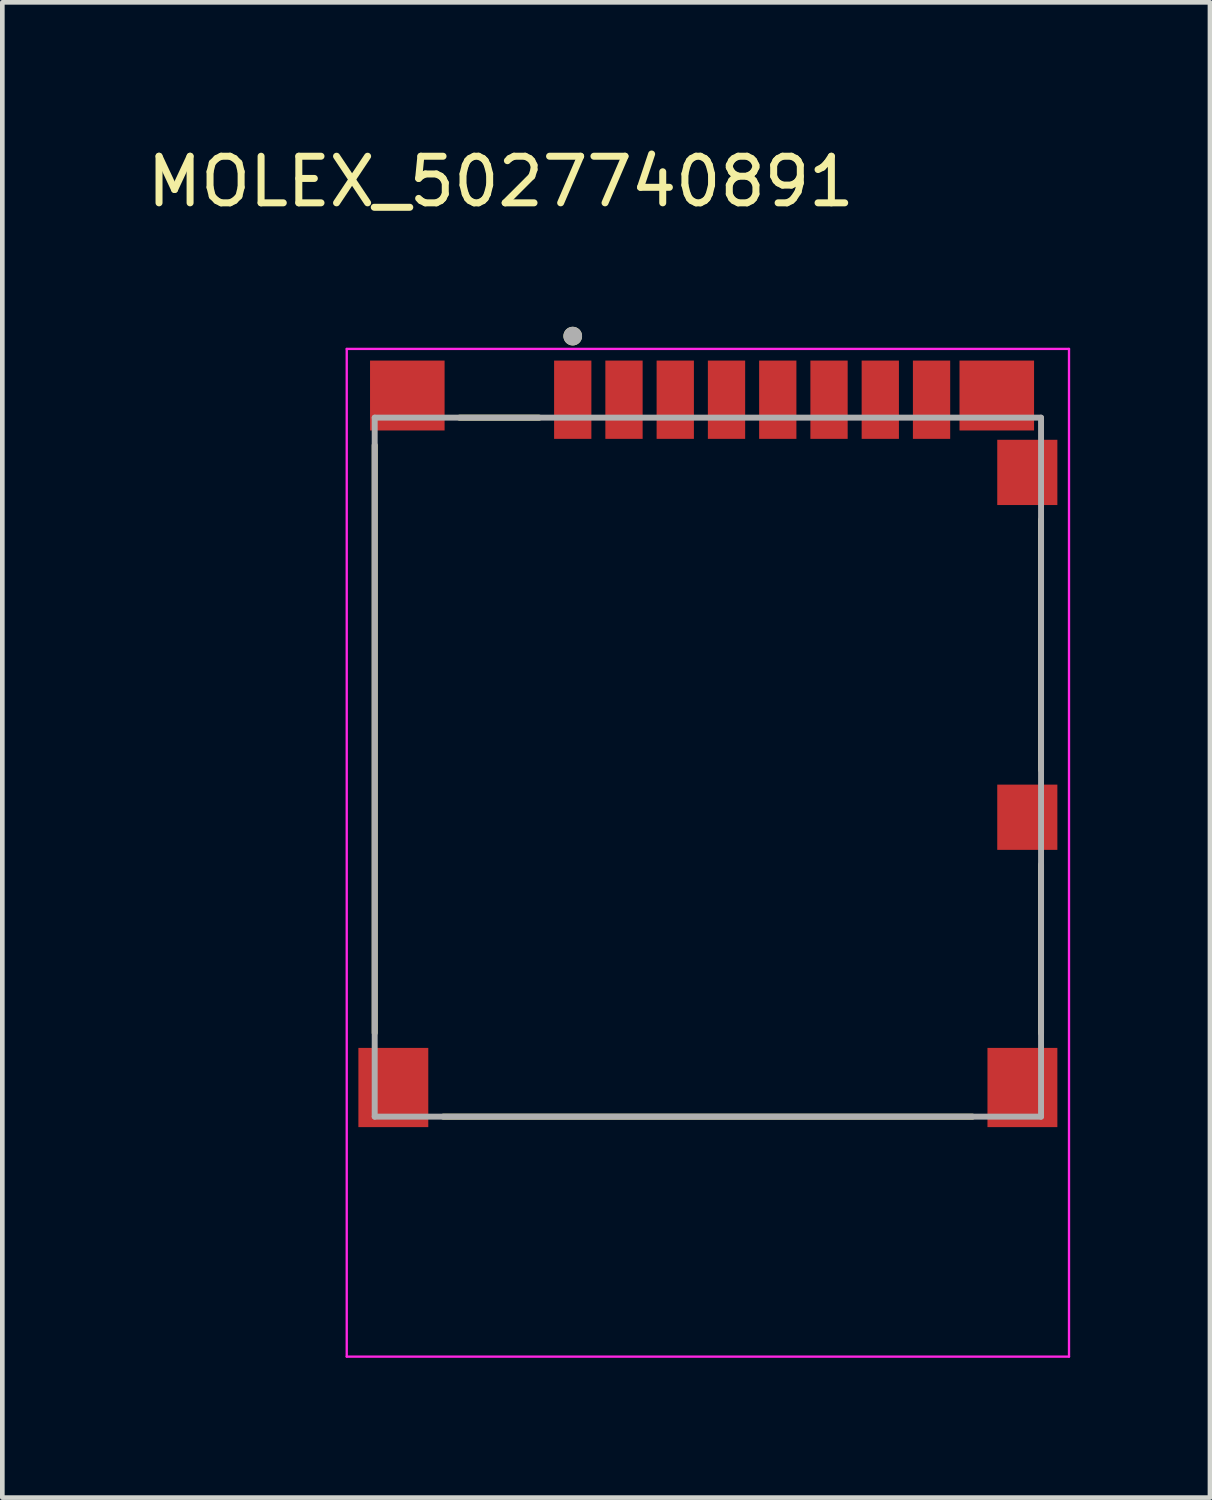
<source format=kicad_pcb>
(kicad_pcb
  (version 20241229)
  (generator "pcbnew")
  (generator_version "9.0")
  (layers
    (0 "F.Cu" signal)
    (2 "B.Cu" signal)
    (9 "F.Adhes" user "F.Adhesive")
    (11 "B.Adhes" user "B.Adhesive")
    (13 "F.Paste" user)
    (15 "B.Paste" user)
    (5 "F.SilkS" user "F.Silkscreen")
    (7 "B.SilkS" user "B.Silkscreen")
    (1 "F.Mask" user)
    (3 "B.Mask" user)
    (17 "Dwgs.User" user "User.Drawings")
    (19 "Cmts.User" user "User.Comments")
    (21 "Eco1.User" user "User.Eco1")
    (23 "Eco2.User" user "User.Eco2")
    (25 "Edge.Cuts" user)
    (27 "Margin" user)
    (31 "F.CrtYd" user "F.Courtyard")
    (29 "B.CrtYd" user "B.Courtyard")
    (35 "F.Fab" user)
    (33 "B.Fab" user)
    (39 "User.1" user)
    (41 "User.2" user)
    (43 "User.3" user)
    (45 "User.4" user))
  (footprint "MOLEX_5027740891"
    (layer "F.Cu")
    (at 12.141 12.913)
    (property "Reference" "MOLEX_5027740891" (at -4.445 -12.065 0) (layer "F.SilkS") (effects (font (size 1 1) (thickness 0.15))))
    (attr smd)
    (fp_line (start -7.15 -6.41) (end -7.15 6.205) (stroke (width 0.127) (type solid)) (layer "F.SilkS"))
    (fp_line (start -5.68 8) (end 5.68 8) (stroke (width 0.127) (type solid)) (layer "F.SilkS"))
    (fp_line (start -5.33 -7) (end -3.62 -7) (stroke (width 0.127) (type solid)) (layer "F.SilkS"))
    (fp_line (start 7.15 0.56) (end 7.15 -4.81) (stroke (width 0.127) (type solid)) (layer "F.SilkS"))
    (fp_line (start 7.15 2.59) (end 7.15 6.21) (stroke (width 0.127) (type solid)) (layer "F.SilkS"))
    (fp_circle (center -2.9 -8.75) (end -2.8 -8.75) (stroke (width 0.2) (type solid)) (fill no) (layer "F.SilkS"))
    (fp_line (start -7.75 -8.475) (end -7.75 13.15) (stroke (width 0.05) (type solid)) (layer "F.CrtYd"))
    (fp_line (start -7.75 13.15) (end 7.75 13.15) (stroke (width 0.05) (type solid)) (layer "F.CrtYd"))
    (fp_line (start 7.75 -8.475) (end -7.75 -8.475) (stroke (width 0.05) (type solid)) (layer "F.CrtYd"))
    (fp_line (start 7.75 13.15) (end 7.75 -8.475) (stroke (width 0.05) (type solid)) (layer "F.CrtYd"))
    (fp_line (start -7.15 -7) (end 7.15 -7) (stroke (width 0.127) (type solid)) (layer "F.Fab"))
    (fp_line (start -7.15 8) (end -7.15 -7) (stroke (width 0.127) (type solid)) (layer "F.Fab"))
    (fp_line (start 7.15 -7) (end 7.15 8) (stroke (width 0.127) (type solid)) (layer "F.Fab"))
    (fp_line (start 7.15 8) (end -7.15 8) (stroke (width 0.127) (type solid)) (layer "F.Fab"))
    (fp_circle (center -2.9 -8.75) (end -2.8 -8.75) (stroke (width 0.2) (type solid)) (fill no) (layer "F.Fab"))
    (pad "1" smd rect (at -2.9 -7.385) (size 0.8 1.68) (layers "F.Cu" "F.Mask" "F.Paste"))
    (pad "2" smd rect (at -1.8 -7.385) (size 0.8 1.68) (layers "F.Cu" "F.Mask" "F.Paste"))
    (pad "3" smd rect (at -0.7 -7.385) (size 0.8 1.68) (layers "F.Cu" "F.Mask" "F.Paste"))
    (pad "4" smd rect (at 0.4 -7.385) (size 0.8 1.68) (layers "F.Cu" "F.Mask" "F.Paste"))
    (pad "5" smd rect (at 1.5 -7.385) (size 0.8 1.68) (layers "F.Cu" "F.Mask" "F.Paste"))
    (pad "6" smd rect (at 2.6 -7.385) (size 0.8 1.68) (layers "F.Cu" "F.Mask" "F.Paste"))
    (pad "7" smd rect (at 3.7 -7.385) (size 0.8 1.68) (layers "F.Cu" "F.Mask" "F.Paste"))
    (pad "8" smd rect (at 4.8 -7.385) (size 0.8 1.68) (layers "F.Cu" "F.Mask" "F.Paste"))
    (pad "DN" smd rect (at 6.855 -5.825) (size 1.29 1.4) (layers "F.Cu" "F.Mask" "F.Paste"))
    (pad "SH1" smd rect (at -6.75 7.375) (size 1.5 1.7) (layers "F.Cu" "F.Mask" "F.Paste"))
    (pad "SH2" smd rect (at 6.75 7.375) (size 1.5 1.7) (layers "F.Cu" "F.Mask" "F.Paste"))
    (pad "SH3" smd rect (at 6.2 -7.475) (size 1.6 1.5) (layers "F.Cu" "F.Mask" "F.Paste"))
    (pad "SH4" smd rect (at -6.45 -7.475) (size 1.6 1.5) (layers "F.Cu" "F.Mask" "F.Paste"))
    (pad "SN" smd rect (at 6.855 1.575) (size 1.29 1.4) (layers "F.Cu" "F.Mask" "F.Paste")))
  (gr_rect
    (start -3 -3)
    (end 22.916 29.088)
    (stroke (width 0.1) (type default))
    (fill no)
    (layer "Edge.Cuts")))
</source>
